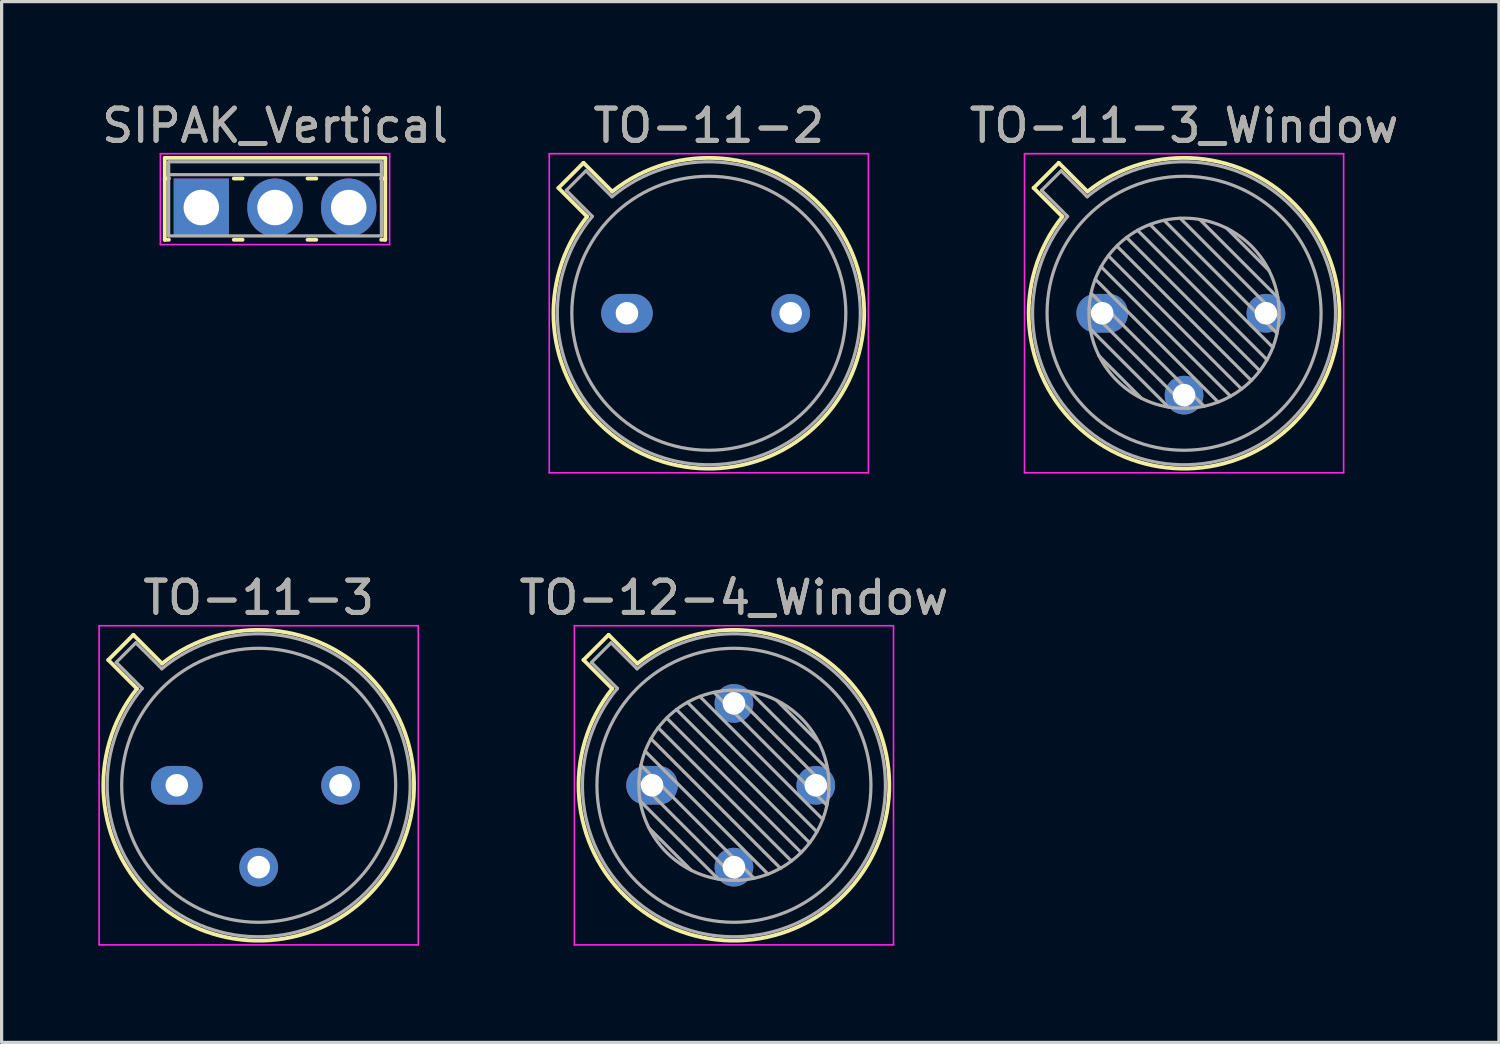
<source format=kicad_pcb>
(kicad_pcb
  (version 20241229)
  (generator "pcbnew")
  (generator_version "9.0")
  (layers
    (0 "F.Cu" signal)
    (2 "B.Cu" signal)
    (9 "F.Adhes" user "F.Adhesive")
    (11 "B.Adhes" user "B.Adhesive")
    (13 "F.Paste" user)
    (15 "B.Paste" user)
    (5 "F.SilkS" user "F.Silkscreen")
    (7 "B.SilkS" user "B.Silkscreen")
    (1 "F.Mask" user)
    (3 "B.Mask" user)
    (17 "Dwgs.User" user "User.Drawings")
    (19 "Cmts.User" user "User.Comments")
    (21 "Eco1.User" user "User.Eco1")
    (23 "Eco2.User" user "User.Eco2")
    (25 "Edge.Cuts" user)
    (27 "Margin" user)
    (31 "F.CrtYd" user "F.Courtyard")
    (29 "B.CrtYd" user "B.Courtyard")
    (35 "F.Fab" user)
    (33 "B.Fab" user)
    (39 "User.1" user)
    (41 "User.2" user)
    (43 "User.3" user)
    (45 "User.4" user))
  (footprint "TO-11-2"
    (layer "F.Cu")
    (at 16.399 6.668)
    (property "Reference" "TO-11-2" (at 2.54 -5.82 0) (layer "F.SilkS") (effects (font (size 1 1) (thickness 0.15))))
    (attr through_hole)
    (fp_line (start -2.126 -3.888) (end -1.235 -2.997) (stroke (width 0.12) (type solid)) (layer "F.SilkS"))
    (fp_line (start -1.348 -4.666) (end -2.126 -3.888) (stroke (width 0.12) (type solid)) (layer "F.SilkS"))
    (fp_line (start -0.457 -3.775) (end -1.348 -4.666) (stroke (width 0.12) (type solid)) (layer "F.SilkS"))
    (fp_arc (start -0.457084 -3.774902) (mid 5.948125 3.408384) (end -1.234674 -2.997371) (stroke (width 0.12) (type solid)) (layer "F.SilkS"))
    (fp_line (start -2.41 -4.95) (end -2.41 4.95) (stroke (width 0.05) (type solid)) (layer "F.CrtYd"))
    (fp_line (start -2.41 4.95) (end 7.49 4.95) (stroke (width 0.05) (type solid)) (layer "F.CrtYd"))
    (fp_line (start 7.49 -4.95) (end -2.41 -4.95) (stroke (width 0.05) (type solid)) (layer "F.CrtYd"))
    (fp_line (start 7.49 4.95) (end 7.49 -4.95) (stroke (width 0.05) (type solid)) (layer "F.CrtYd"))
    (fp_line (start -1.88 -3.812) (end -1.074 -3.005) (stroke (width 0.1) (type solid)) (layer "F.Fab"))
    (fp_line (start -1.272 -4.42) (end -1.88 -3.812) (stroke (width 0.1) (type solid)) (layer "F.Fab"))
    (fp_line (start -0.465 -3.614) (end -1.272 -4.42) (stroke (width 0.1) (type solid)) (layer "F.Fab"))
    (fp_arc (start -0.465408 -3.61352) (mid 5.863443 3.323361) (end -1.073594 -3.005319) (stroke (width 0.1) (type solid)) (layer "F.Fab"))
    (fp_circle (center 2.54 0) (end 6.79 0) (stroke (width 0.1) (type solid)) (fill no) (layer "F.Fab"))
    (fp_text user "${REFERENCE}" (at 2.54 -5.82 0) (layer "F.Fab") (effects (font (size 1 1) (thickness 0.15))))
    (pad "1" thru_hole oval (at 0 0) (size 1.6 1.2) (drill 0.7) (layers "*.Cu" "*.Mask"))
    (pad "2" thru_hole oval (at 5.08 0) (size 1.2 1.2) (drill 0.7) (layers "*.Cu" "*.Mask")))
  (footprint "SIPAK_Vertical"
    (layer "F.Cu")
    (at 3.196 3.388)
    (property "Reference" "SIPAK_Vertical" (at 2.286 -2.54 0) (layer "F.SilkS") (effects (font (size 1 1) (thickness 0.15))))
    (attr through_hole)
    (fp_line (start -1.134 -1.54) (end -1.134 1) (stroke (width 0.12) (type solid)) (layer "F.SilkS"))
    (fp_line (start -1.134 -1.54) (end 5.706 -1.54) (stroke (width 0.12) (type solid)) (layer "F.SilkS"))
    (fp_line (start -1.134 -0.9) (end -1.008 -0.9) (stroke (width 0.12) (type solid)) (layer "F.SilkS"))
    (fp_line (start -1.134 1) (end -1.008 1) (stroke (width 0.12) (type solid)) (layer "F.SilkS"))
    (fp_line (start 1.008 -0.9) (end 1.279 -0.9) (stroke (width 0.12) (type solid)) (layer "F.SilkS"))
    (fp_line (start 1.008 1) (end 1.279 1) (stroke (width 0.12) (type solid)) (layer "F.SilkS"))
    (fp_line (start 3.294 -0.9) (end 3.565 -0.9) (stroke (width 0.12) (type solid)) (layer "F.SilkS"))
    (fp_line (start 3.294 1) (end 3.565 1) (stroke (width 0.12) (type solid)) (layer "F.SilkS"))
    (fp_line (start 5.58 -0.9) (end 5.706 -0.9) (stroke (width 0.12) (type solid)) (layer "F.SilkS"))
    (fp_line (start 5.58 1) (end 5.706 1) (stroke (width 0.12) (type solid)) (layer "F.SilkS"))
    (fp_line (start 5.706 -1.54) (end 5.706 1) (stroke (width 0.12) (type solid)) (layer "F.SilkS"))
    (fp_line (start -1.27 -1.67) (end -1.27 1.15) (stroke (width 0.05) (type solid)) (layer "F.CrtYd"))
    (fp_line (start -1.27 1.15) (end 5.84 1.15) (stroke (width 0.05) (type solid)) (layer "F.CrtYd"))
    (fp_line (start 5.84 -1.67) (end -1.27 -1.67) (stroke (width 0.05) (type solid)) (layer "F.CrtYd"))
    (fp_line (start 5.84 1.15) (end 5.84 -1.67) (stroke (width 0.05) (type solid)) (layer "F.CrtYd"))
    (fp_line (start -1.014 -1.42) (end -1.014 0.88) (stroke (width 0.1) (type solid)) (layer "F.Fab"))
    (fp_line (start -1.014 -1.02) (end 5.586 -1.02) (stroke (width 0.1) (type solid)) (layer "F.Fab"))
    (fp_line (start -1.014 0.88) (end 5.586 0.88) (stroke (width 0.1) (type solid)) (layer "F.Fab"))
    (fp_line (start 5.586 -1.42) (end -1.014 -1.42) (stroke (width 0.1) (type solid)) (layer "F.Fab"))
    (fp_line (start 5.586 0.88) (end 5.586 -1.42) (stroke (width 0.1) (type solid)) (layer "F.Fab"))
    (fp_text user "${REFERENCE}" (at 2.286 -2.54 0) (layer "F.Fab") (effects (font (size 1 1) (thickness 0.15))))
    (pad "1" thru_hole rect (at 0 0) (size 1.714 1.8) (drill 1.1) (layers "*.Cu" "*.Mask"))
    (pad "2" thru_hole oval (at 2.286 0) (size 1.714 1.8) (drill 1.1) (layers "*.Cu" "*.Mask"))
    (pad "3" thru_hole oval (at 4.572 0) (size 1.714 1.8) (drill 1.1) (layers "*.Cu" "*.Mask")))
  (footprint "TO-11-3"
    (layer "F.Cu")
    (at 2.435 21.311)
    (property "Reference" "TO-11-3" (at 2.54 -5.82 0) (layer "F.SilkS") (effects (font (size 1 1) (thickness 0.15))))
    (attr through_hole)
    (fp_line (start -2.126 -3.888) (end -1.235 -2.997) (stroke (width 0.12) (type solid)) (layer "F.SilkS"))
    (fp_line (start -1.348 -4.666) (end -2.126 -3.888) (stroke (width 0.12) (type solid)) (layer "F.SilkS"))
    (fp_line (start -0.457 -3.775) (end -1.348 -4.666) (stroke (width 0.12) (type solid)) (layer "F.SilkS"))
    (fp_arc (start -0.457084 -3.774902) (mid 5.948125 3.408384) (end -1.234674 -2.997371) (stroke (width 0.12) (type solid)) (layer "F.SilkS"))
    (fp_line (start -2.41 -4.95) (end -2.41 4.95) (stroke (width 0.05) (type solid)) (layer "F.CrtYd"))
    (fp_line (start -2.41 4.95) (end 7.49 4.95) (stroke (width 0.05) (type solid)) (layer "F.CrtYd"))
    (fp_line (start 7.49 -4.95) (end -2.41 -4.95) (stroke (width 0.05) (type solid)) (layer "F.CrtYd"))
    (fp_line (start 7.49 4.95) (end 7.49 -4.95) (stroke (width 0.05) (type solid)) (layer "F.CrtYd"))
    (fp_line (start -1.88 -3.812) (end -1.074 -3.005) (stroke (width 0.1) (type solid)) (layer "F.Fab"))
    (fp_line (start -1.272 -4.42) (end -1.88 -3.812) (stroke (width 0.1) (type solid)) (layer "F.Fab"))
    (fp_line (start -0.465 -3.614) (end -1.272 -4.42) (stroke (width 0.1) (type solid)) (layer "F.Fab"))
    (fp_arc (start -0.465408 -3.61352) (mid 5.863443 3.323361) (end -1.073594 -3.005319) (stroke (width 0.1) (type solid)) (layer "F.Fab"))
    (fp_circle (center 2.54 0) (end 6.79 0) (stroke (width 0.1) (type solid)) (fill no) (layer "F.Fab"))
    (fp_text user "${REFERENCE}" (at 2.54 -5.82 0) (layer "F.Fab") (effects (font (size 1 1) (thickness 0.15))))
    (pad "1" thru_hole oval (at 0 0) (size 1.6 1.2) (drill 0.7) (layers "*.Cu" "*.Mask"))
    (pad "2" thru_hole oval (at 2.54 2.54) (size 1.2 1.2) (drill 0.7) (layers "*.Cu" "*.Mask"))
    (pad "3" thru_hole oval (at 5.08 0) (size 1.2 1.2) (drill 0.7) (layers "*.Cu" "*.Mask")))
  (footprint "TO-11-3_Window"
    (layer "F.Cu")
    (at 31.142 6.668)
    (property "Reference" "TO-11-3_Window" (at 2.54 -5.82 0) (layer "F.SilkS") (effects (font (size 1 1) (thickness 0.15))))
    (attr through_hole)
    (fp_line (start -2.126 -3.888) (end -1.235 -2.997) (stroke (width 0.12) (type solid)) (layer "F.SilkS"))
    (fp_line (start -1.348 -4.666) (end -2.126 -3.888) (stroke (width 0.12) (type solid)) (layer "F.SilkS"))
    (fp_line (start -0.457 -3.775) (end -1.348 -4.666) (stroke (width 0.12) (type solid)) (layer "F.SilkS"))
    (fp_arc (start -0.457084 -3.774902) (mid 5.948125 3.408384) (end -1.234674 -2.997371) (stroke (width 0.12) (type solid)) (layer "F.SilkS"))
    (fp_line (start -2.41 -4.95) (end -2.41 4.95) (stroke (width 0.05) (type solid)) (layer "F.CrtYd"))
    (fp_line (start -2.41 4.95) (end 7.49 4.95) (stroke (width 0.05) (type solid)) (layer "F.CrtYd"))
    (fp_line (start 7.49 -4.95) (end -2.41 -4.95) (stroke (width 0.05) (type solid)) (layer "F.CrtYd"))
    (fp_line (start 7.49 4.95) (end 7.49 -4.95) (stroke (width 0.05) (type solid)) (layer "F.CrtYd"))
    (fp_line (start -1.88 -3.812) (end -1.074 -3.005) (stroke (width 0.1) (type solid)) (layer "F.Fab"))
    (fp_line (start -1.272 -4.42) (end -1.88 -3.812) (stroke (width 0.1) (type solid)) (layer "F.Fab"))
    (fp_line (start -0.465 -3.614) (end -1.272 -4.42) (stroke (width 0.1) (type solid)) (layer "F.Fab"))
    (fp_line (start -0.408 -0.12) (end 2.66 2.948) (stroke (width 0.1) (type solid)) (layer "F.Fab"))
    (fp_line (start -0.371 0.485) (end 2.055 2.911) (stroke (width 0.1) (type solid)) (layer "F.Fab"))
    (fp_line (start -0.344 -0.622) (end 3.162 2.884) (stroke (width 0.1) (type solid)) (layer "F.Fab"))
    (fp_line (start -0.215 -1.058) (end 3.598 2.755) (stroke (width 0.1) (type solid)) (layer "F.Fab"))
    (fp_line (start -0.097 1.324) (end 1.216 2.637) (stroke (width 0.1) (type solid)) (layer "F.Fab"))
    (fp_line (start -0.034 -1.443) (end 3.983 2.574) (stroke (width 0.1) (type solid)) (layer "F.Fab"))
    (fp_line (start 0.19 -1.784) (end 4.324 2.35) (stroke (width 0.1) (type solid)) (layer "F.Fab"))
    (fp_line (start 0.454 -2.086) (end 4.626 2.086) (stroke (width 0.1) (type solid)) (layer "F.Fab"))
    (fp_line (start 0.756 -2.35) (end 4.89 1.784) (stroke (width 0.1) (type solid)) (layer "F.Fab"))
    (fp_line (start 1.097 -2.574) (end 5.114 1.443) (stroke (width 0.1) (type solid)) (layer "F.Fab"))
    (fp_line (start 1.482 -2.755) (end 5.295 1.058) (stroke (width 0.1) (type solid)) (layer "F.Fab"))
    (fp_line (start 1.918 -2.884) (end 5.424 0.622) (stroke (width 0.1) (type solid)) (layer "F.Fab"))
    (fp_line (start 2.42 -2.948) (end 5.488 0.12) (stroke (width 0.1) (type solid)) (layer "F.Fab"))
    (fp_line (start 3.025 -2.911) (end 5.451 -0.485) (stroke (width 0.1) (type solid)) (layer "F.Fab"))
    (fp_line (start 3.864 -2.637) (end 5.177 -1.324) (stroke (width 0.1) (type solid)) (layer "F.Fab"))
    (fp_arc (start -0.465408 -3.61352) (mid 5.863443 3.323361) (end -1.073594 -3.005319) (stroke (width 0.1) (type solid)) (layer "F.Fab"))
    (fp_circle (center 2.54 0) (end 5.49 0) (stroke (width 0.1) (type solid)) (fill no) (layer "F.Fab"))
    (fp_circle (center 2.54 0) (end 6.79 0) (stroke (width 0.1) (type solid)) (fill no) (layer "F.Fab"))
    (fp_text user "${REFERENCE}" (at 2.54 -5.82 0) (layer "F.Fab") (effects (font (size 1 1) (thickness 0.15))))
    (pad "1" thru_hole oval (at 0 0) (size 1.6 1.2) (drill 0.7) (layers "*.Cu" "*.Mask"))
    (pad "2" thru_hole oval (at 2.54 2.54) (size 1.2 1.2) (drill 0.7) (layers "*.Cu" "*.Mask"))
    (pad "3" thru_hole oval (at 5.08 0) (size 1.2 1.2) (drill 0.7) (layers "*.Cu" "*.Mask")))
  (footprint "TO-12-4_Window"
    (layer "F.Cu")
    (at 17.178 21.311)
    (property "Reference" "TO-12-4_Window" (at 2.54 -5.82 0) (layer "F.SilkS") (effects (font (size 1 1) (thickness 0.15))))
    (attr through_hole)
    (fp_line (start -2.126 -3.888) (end -1.235 -2.997) (stroke (width 0.12) (type solid)) (layer "F.SilkS"))
    (fp_line (start -1.348 -4.666) (end -2.126 -3.888) (stroke (width 0.12) (type solid)) (layer "F.SilkS"))
    (fp_line (start -0.457 -3.775) (end -1.348 -4.666) (stroke (width 0.12) (type solid)) (layer "F.SilkS"))
    (fp_arc (start -0.457084 -3.774902) (mid 5.948125 3.408384) (end -1.234674 -2.997371) (stroke (width 0.12) (type solid)) (layer "F.SilkS"))
    (fp_line (start -2.41 -4.95) (end -2.41 4.95) (stroke (width 0.05) (type solid)) (layer "F.CrtYd"))
    (fp_line (start -2.41 4.95) (end 7.49 4.95) (stroke (width 0.05) (type solid)) (layer "F.CrtYd"))
    (fp_line (start 7.49 -4.95) (end -2.41 -4.95) (stroke (width 0.05) (type solid)) (layer "F.CrtYd"))
    (fp_line (start 7.49 4.95) (end 7.49 -4.95) (stroke (width 0.05) (type solid)) (layer "F.CrtYd"))
    (fp_line (start -1.88 -3.812) (end -1.074 -3.005) (stroke (width 0.1) (type solid)) (layer "F.Fab"))
    (fp_line (start -1.272 -4.42) (end -1.88 -3.812) (stroke (width 0.1) (type solid)) (layer "F.Fab"))
    (fp_line (start -0.465 -3.614) (end -1.272 -4.42) (stroke (width 0.1) (type solid)) (layer "F.Fab"))
    (fp_line (start -0.408 -0.12) (end 2.66 2.948) (stroke (width 0.1) (type solid)) (layer "F.Fab"))
    (fp_line (start -0.371 0.485) (end 2.055 2.911) (stroke (width 0.1) (type solid)) (layer "F.Fab"))
    (fp_line (start -0.344 -0.622) (end 3.162 2.884) (stroke (width 0.1) (type solid)) (layer "F.Fab"))
    (fp_line (start -0.215 -1.058) (end 3.598 2.755) (stroke (width 0.1) (type solid)) (layer "F.Fab"))
    (fp_line (start -0.097 1.324) (end 1.216 2.637) (stroke (width 0.1) (type solid)) (layer "F.Fab"))
    (fp_line (start -0.034 -1.443) (end 3.983 2.574) (stroke (width 0.1) (type solid)) (layer "F.Fab"))
    (fp_line (start 0.19 -1.784) (end 4.324 2.35) (stroke (width 0.1) (type solid)) (layer "F.Fab"))
    (fp_line (start 0.454 -2.086) (end 4.626 2.086) (stroke (width 0.1) (type solid)) (layer "F.Fab"))
    (fp_line (start 0.756 -2.35) (end 4.89 1.784) (stroke (width 0.1) (type solid)) (layer "F.Fab"))
    (fp_line (start 1.097 -2.574) (end 5.114 1.443) (stroke (width 0.1) (type solid)) (layer "F.Fab"))
    (fp_line (start 1.482 -2.755) (end 5.295 1.058) (stroke (width 0.1) (type solid)) (layer "F.Fab"))
    (fp_line (start 1.918 -2.884) (end 5.424 0.622) (stroke (width 0.1) (type solid)) (layer "F.Fab"))
    (fp_line (start 2.42 -2.948) (end 5.488 0.12) (stroke (width 0.1) (type solid)) (layer "F.Fab"))
    (fp_line (start 3.025 -2.911) (end 5.451 -0.485) (stroke (width 0.1) (type solid)) (layer "F.Fab"))
    (fp_line (start 3.864 -2.637) (end 5.177 -1.324) (stroke (width 0.1) (type solid)) (layer "F.Fab"))
    (fp_arc (start -0.465408 -3.61352) (mid 5.863443 3.323361) (end -1.073594 -3.005319) (stroke (width 0.1) (type solid)) (layer "F.Fab"))
    (fp_circle (center 2.54 0) (end 5.49 0) (stroke (width 0.1) (type solid)) (fill no) (layer "F.Fab"))
    (fp_circle (center 2.54 0) (end 6.79 0) (stroke (width 0.1) (type solid)) (fill no) (layer "F.Fab"))
    (fp_text user "${REFERENCE}" (at 2.54 -5.82 0) (layer "F.Fab") (effects (font (size 1 1) (thickness 0.15))))
    (pad "1" thru_hole oval (at 0 0) (size 1.6 1.2) (drill 0.7) (layers "*.Cu" "*.Mask"))
    (pad "2" thru_hole oval (at 2.54 2.54) (size 1.2 1.2) (drill 0.7) (layers "*.Cu" "*.Mask"))
    (pad "3" thru_hole oval (at 5.08 0) (size 1.2 1.2) (drill 0.7) (layers "*.Cu" "*.Mask"))
    (pad "4" thru_hole oval (at 2.54 -2.54) (size 1.2 1.2) (drill 0.7) (layers "*.Cu" "*.Mask")))
  (gr_rect
    (start -3 -3)
    (end 43.45 29.287)
    (stroke (width 0.1) (type default))
    (fill no)
    (layer "Edge.Cuts")))
</source>
